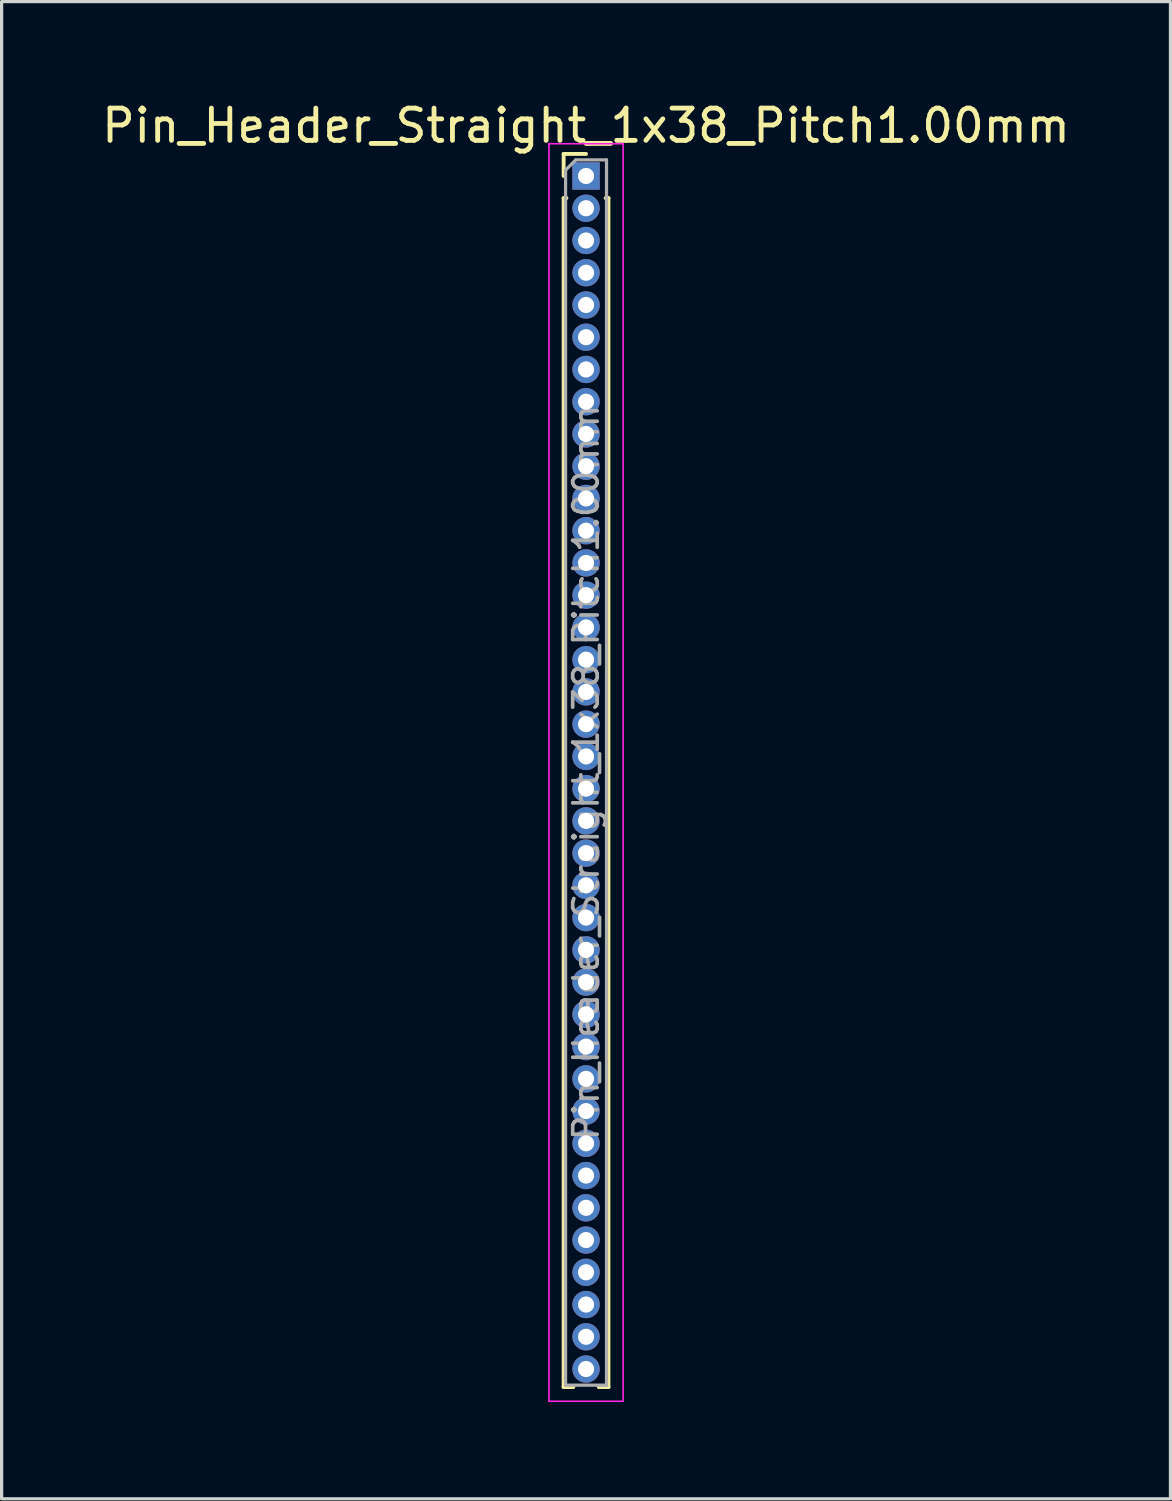
<source format=kicad_pcb>
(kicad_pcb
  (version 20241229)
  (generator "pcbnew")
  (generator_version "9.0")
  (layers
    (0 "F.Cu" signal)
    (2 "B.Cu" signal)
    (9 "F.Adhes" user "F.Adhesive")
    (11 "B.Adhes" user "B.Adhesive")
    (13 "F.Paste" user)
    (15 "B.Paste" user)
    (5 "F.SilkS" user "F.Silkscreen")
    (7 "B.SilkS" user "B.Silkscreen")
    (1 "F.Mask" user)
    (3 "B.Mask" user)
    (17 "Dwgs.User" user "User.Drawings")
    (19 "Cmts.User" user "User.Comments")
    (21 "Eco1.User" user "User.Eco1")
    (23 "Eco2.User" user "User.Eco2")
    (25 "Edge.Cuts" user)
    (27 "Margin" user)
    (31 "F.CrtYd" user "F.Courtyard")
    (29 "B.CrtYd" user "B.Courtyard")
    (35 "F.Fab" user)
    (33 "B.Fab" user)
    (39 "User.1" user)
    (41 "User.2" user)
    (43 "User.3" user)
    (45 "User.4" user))
  (footprint "Pin_Header_Straight_1x38_Pitch1.00mm"
    (layer "F.Cu")
    (at 15.125 2.408)
    (property "Reference" "Pin_Header_Straight_1x38_Pitch1.00mm" (at 0 -1.56 0) (layer "F.SilkS") (effects (font (size 1 1) (thickness 0.15))))
    (attr through_hole)
    (fp_line (start -0.695 -0.685) (end 0 -0.685) (stroke (width 0.12) (type solid)) (layer "F.SilkS"))
    (fp_line (start -0.695 0) (end -0.695 -0.685) (stroke (width 0.12) (type solid)) (layer "F.SilkS"))
    (fp_line (start -0.695 0.685) (end -0.695 37.56) (stroke (width 0.12) (type solid)) (layer "F.SilkS"))
    (fp_line (start -0.695 0.685) (end -0.608 0.685) (stroke (width 0.12) (type solid)) (layer "F.SilkS"))
    (fp_line (start -0.695 37.56) (end -0.394 37.56) (stroke (width 0.12) (type solid)) (layer "F.SilkS"))
    (fp_line (start 0.394 37.56) (end 0.695 37.56) (stroke (width 0.12) (type solid)) (layer "F.SilkS"))
    (fp_line (start 0.608 0.685) (end 0.695 0.685) (stroke (width 0.12) (type solid)) (layer "F.SilkS"))
    (fp_line (start 0.695 0.685) (end 0.695 37.56) (stroke (width 0.12) (type solid)) (layer "F.SilkS"))
    (fp_line (start -1.15 -1) (end -1.15 38) (stroke (width 0.05) (type solid)) (layer "F.CrtYd"))
    (fp_line (start -1.15 38) (end 1.15 38) (stroke (width 0.05) (type solid)) (layer "F.CrtYd"))
    (fp_line (start 1.15 -1) (end -1.15 -1) (stroke (width 0.05) (type solid)) (layer "F.CrtYd"))
    (fp_line (start 1.15 38) (end 1.15 -1) (stroke (width 0.05) (type solid)) (layer "F.CrtYd"))
    (fp_line (start -0.635 -0.182) (end -0.318 -0.5) (stroke (width 0.1) (type solid)) (layer "F.Fab"))
    (fp_line (start -0.635 37.5) (end -0.635 -0.182) (stroke (width 0.1) (type solid)) (layer "F.Fab"))
    (fp_line (start -0.318 -0.5) (end 0.635 -0.5) (stroke (width 0.1) (type solid)) (layer "F.Fab"))
    (fp_line (start 0.635 -0.5) (end 0.635 37.5) (stroke (width 0.1) (type solid)) (layer "F.Fab"))
    (fp_line (start 0.635 37.5) (end -0.635 37.5) (stroke (width 0.1) (type solid)) (layer "F.Fab"))
    (fp_text user "${REFERENCE}" (at 0 18.5 90) (layer "F.Fab") (effects (font (size 0.76 0.76) (thickness 0.114))))
    (pad "1" thru_hole rect (at 0 0) (size 0.85 0.85) (drill 0.5) (layers "*.Cu" "*.Mask"))
    (pad "2" thru_hole oval (at 0 1) (size 0.85 0.85) (drill 0.5) (layers "*.Cu" "*.Mask"))
    (pad "3" thru_hole oval (at 0 2) (size 0.85 0.85) (drill 0.5) (layers "*.Cu" "*.Mask"))
    (pad "4" thru_hole oval (at 0 3) (size 0.85 0.85) (drill 0.5) (layers "*.Cu" "*.Mask"))
    (pad "5" thru_hole oval (at 0 4) (size 0.85 0.85) (drill 0.5) (layers "*.Cu" "*.Mask"))
    (pad "6" thru_hole oval (at 0 5) (size 0.85 0.85) (drill 0.5) (layers "*.Cu" "*.Mask"))
    (pad "7" thru_hole oval (at 0 6) (size 0.85 0.85) (drill 0.5) (layers "*.Cu" "*.Mask"))
    (pad "8" thru_hole oval (at 0 7) (size 0.85 0.85) (drill 0.5) (layers "*.Cu" "*.Mask"))
    (pad "9" thru_hole oval (at 0 8) (size 0.85 0.85) (drill 0.5) (layers "*.Cu" "*.Mask"))
    (pad "10" thru_hole oval (at 0 9) (size 0.85 0.85) (drill 0.5) (layers "*.Cu" "*.Mask"))
    (pad "11" thru_hole oval (at 0 10) (size 0.85 0.85) (drill 0.5) (layers "*.Cu" "*.Mask"))
    (pad "12" thru_hole oval (at 0 11) (size 0.85 0.85) (drill 0.5) (layers "*.Cu" "*.Mask"))
    (pad "13" thru_hole oval (at 0 12) (size 0.85 0.85) (drill 0.5) (layers "*.Cu" "*.Mask"))
    (pad "14" thru_hole oval (at 0 13) (size 0.85 0.85) (drill 0.5) (layers "*.Cu" "*.Mask"))
    (pad "15" thru_hole oval (at 0 14) (size 0.85 0.85) (drill 0.5) (layers "*.Cu" "*.Mask"))
    (pad "16" thru_hole oval (at 0 15) (size 0.85 0.85) (drill 0.5) (layers "*.Cu" "*.Mask"))
    (pad "17" thru_hole oval (at 0 16) (size 0.85 0.85) (drill 0.5) (layers "*.Cu" "*.Mask"))
    (pad "18" thru_hole oval (at 0 17) (size 0.85 0.85) (drill 0.5) (layers "*.Cu" "*.Mask"))
    (pad "19" thru_hole oval (at 0 18) (size 0.85 0.85) (drill 0.5) (layers "*.Cu" "*.Mask"))
    (pad "20" thru_hole oval (at 0 19) (size 0.85 0.85) (drill 0.5) (layers "*.Cu" "*.Mask"))
    (pad "21" thru_hole oval (at 0 20) (size 0.85 0.85) (drill 0.5) (layers "*.Cu" "*.Mask"))
    (pad "22" thru_hole oval (at 0 21) (size 0.85 0.85) (drill 0.5) (layers "*.Cu" "*.Mask"))
    (pad "23" thru_hole oval (at 0 22) (size 0.85 0.85) (drill 0.5) (layers "*.Cu" "*.Mask"))
    (pad "24" thru_hole oval (at 0 23) (size 0.85 0.85) (drill 0.5) (layers "*.Cu" "*.Mask"))
    (pad "25" thru_hole oval (at 0 24) (size 0.85 0.85) (drill 0.5) (layers "*.Cu" "*.Mask"))
    (pad "26" thru_hole oval (at 0 25) (size 0.85 0.85) (drill 0.5) (layers "*.Cu" "*.Mask"))
    (pad "27" thru_hole oval (at 0 26) (size 0.85 0.85) (drill 0.5) (layers "*.Cu" "*.Mask"))
    (pad "28" thru_hole oval (at 0 27) (size 0.85 0.85) (drill 0.5) (layers "*.Cu" "*.Mask"))
    (pad "29" thru_hole oval (at 0 28) (size 0.85 0.85) (drill 0.5) (layers "*.Cu" "*.Mask"))
    (pad "30" thru_hole oval (at 0 29) (size 0.85 0.85) (drill 0.5) (layers "*.Cu" "*.Mask"))
    (pad "31" thru_hole oval (at 0 30) (size 0.85 0.85) (drill 0.5) (layers "*.Cu" "*.Mask"))
    (pad "32" thru_hole oval (at 0 31) (size 0.85 0.85) (drill 0.5) (layers "*.Cu" "*.Mask"))
    (pad "33" thru_hole oval (at 0 32) (size 0.85 0.85) (drill 0.5) (layers "*.Cu" "*.Mask"))
    (pad "34" thru_hole oval (at 0 33) (size 0.85 0.85) (drill 0.5) (layers "*.Cu" "*.Mask"))
    (pad "35" thru_hole oval (at 0 34) (size 0.85 0.85) (drill 0.5) (layers "*.Cu" "*.Mask"))
    (pad "36" thru_hole oval (at 0 35) (size 0.85 0.85) (drill 0.5) (layers "*.Cu" "*.Mask"))
    (pad "37" thru_hole oval (at 0 36) (size 0.85 0.85) (drill 0.5) (layers "*.Cu" "*.Mask"))
    (pad "38" thru_hole oval (at 0 37) (size 0.85 0.85) (drill 0.5) (layers "*.Cu" "*.Mask")))
  (gr_rect
    (start -3 -3)
    (end 33.25 43.433)
    (stroke (width 0.1) (type default))
    (fill no)
    (layer "Edge.Cuts")))
</source>
